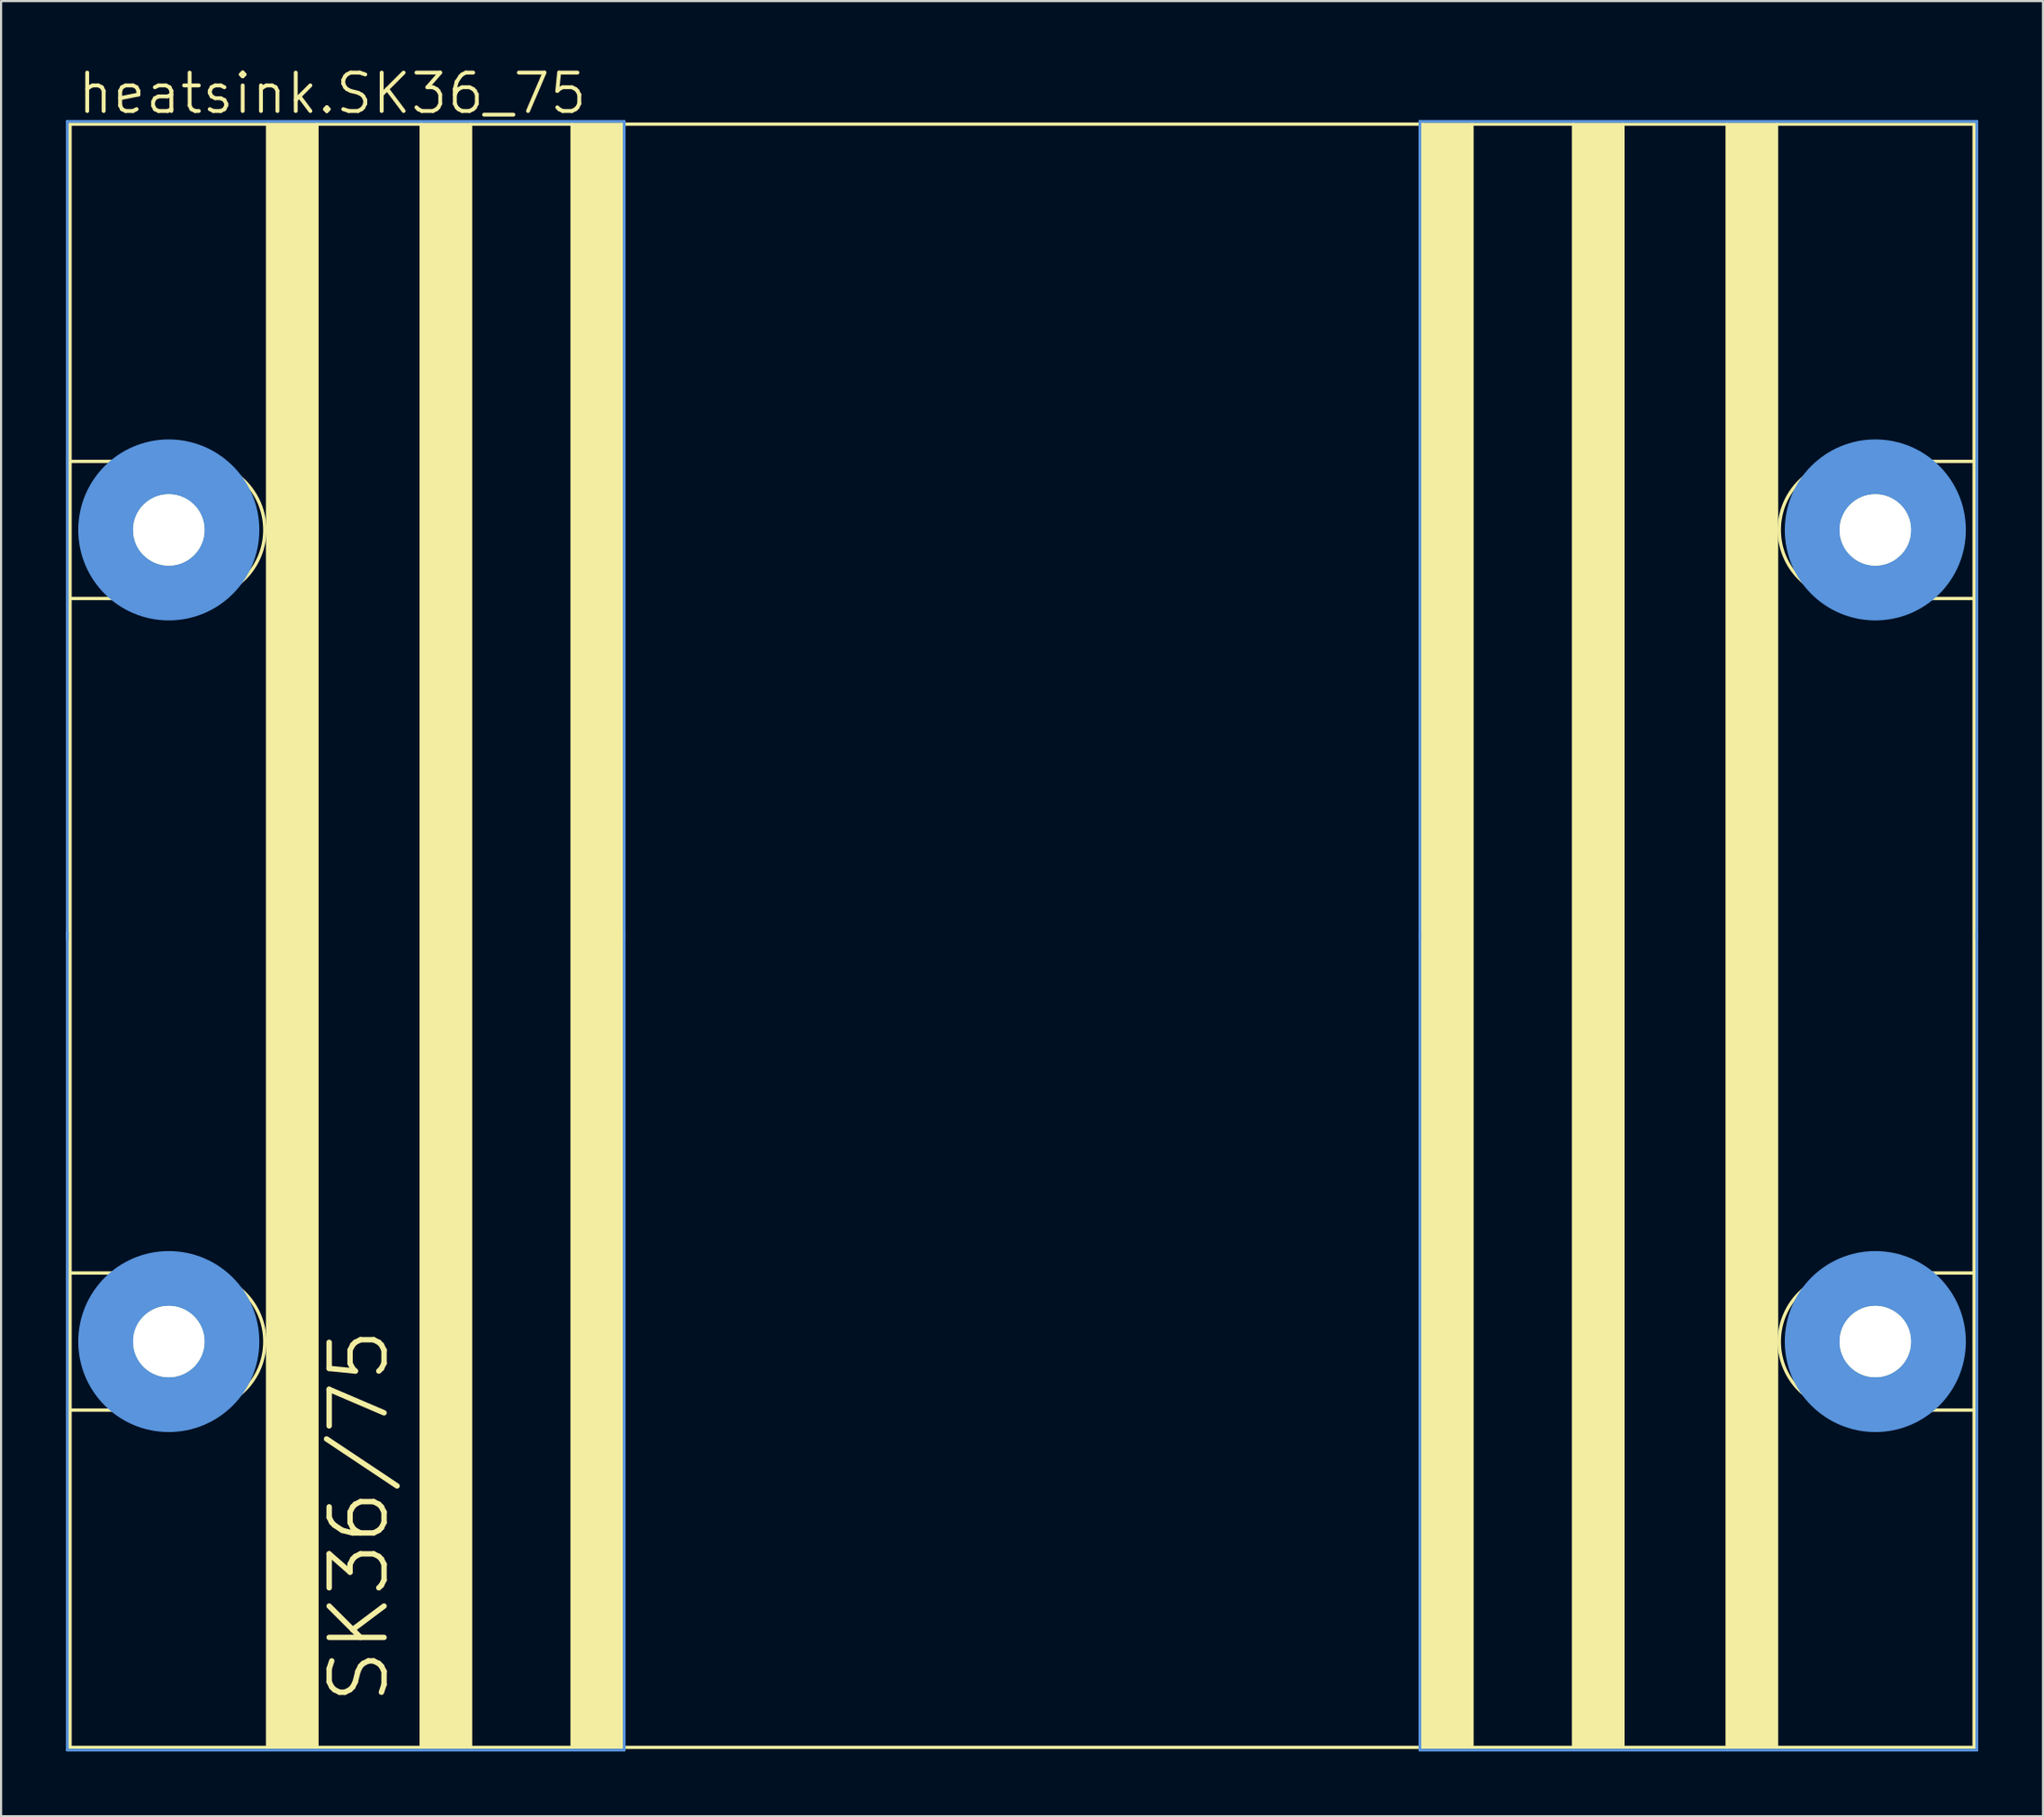
<source format=kicad_pcb>
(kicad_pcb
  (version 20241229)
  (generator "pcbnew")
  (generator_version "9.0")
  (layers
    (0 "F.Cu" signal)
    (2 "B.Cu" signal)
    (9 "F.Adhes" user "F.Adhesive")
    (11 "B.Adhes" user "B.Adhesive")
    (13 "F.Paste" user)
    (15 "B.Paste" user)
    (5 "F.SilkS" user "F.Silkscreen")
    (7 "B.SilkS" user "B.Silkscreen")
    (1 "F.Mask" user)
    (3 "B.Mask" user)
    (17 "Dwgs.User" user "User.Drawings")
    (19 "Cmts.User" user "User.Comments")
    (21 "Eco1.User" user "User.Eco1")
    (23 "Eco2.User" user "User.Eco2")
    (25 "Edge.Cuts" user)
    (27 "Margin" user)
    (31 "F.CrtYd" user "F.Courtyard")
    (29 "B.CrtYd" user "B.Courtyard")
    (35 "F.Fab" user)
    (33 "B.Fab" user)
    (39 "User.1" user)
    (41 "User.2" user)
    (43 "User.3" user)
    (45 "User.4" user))
  (footprint "heatsink.SK36_75"
    (layer "F.Cu")
    (at 44.26 40.291)
    (property "Reference" "heatsink.SK36_75" (at -43.815 -37.973 0) (layer "F.SilkS") (effects (font (size 1.778 1.778) (thickness 0.18)) (justify left bottom)))
    (fp_line (start -44.069 -37.592) (end -34.925 -37.592) (stroke (width 0.152) (type default)) (layer "F.SilkS"))
    (fp_line (start -44.069 -21.971) (end -44.069 -37.592) (stroke (width 0.152) (type default)) (layer "F.SilkS"))
    (fp_line (start -44.069 -21.971) (end -38.227 -21.971) (stroke (width 0.152) (type default)) (layer "F.SilkS"))
    (fp_line (start -44.069 -15.621) (end -44.069 -21.971) (stroke (width 0.152) (type default)) (layer "F.SilkS"))
    (fp_line (start -44.069 15.621) (end -44.069 -15.621) (stroke (width 0.152) (type default)) (layer "F.SilkS"))
    (fp_line (start -44.069 15.621) (end -38.227 15.621) (stroke (width 0.152) (type default)) (layer "F.SilkS"))
    (fp_line (start -44.069 21.971) (end -44.069 15.621) (stroke (width 0.152) (type default)) (layer "F.SilkS"))
    (fp_line (start -44.069 37.592) (end -44.069 21.971) (stroke (width 0.152) (type default)) (layer "F.SilkS"))
    (fp_line (start -42.291 -18.796) (end -36.576 -18.796) (stroke (width 0.152) (type default)) (layer "F.SilkS"))
    (fp_line (start -42.291 18.796) (end -36.576 18.796) (stroke (width 0.152) (type default)) (layer "F.SilkS"))
    (fp_line (start -39.497 -21.717) (end -39.497 -15.875) (stroke (width 0.152) (type default)) (layer "F.SilkS"))
    (fp_line (start -39.497 15.875) (end -39.497 21.717) (stroke (width 0.152) (type default)) (layer "F.SilkS"))
    (fp_line (start -38.227 -15.621) (end -44.069 -15.621) (stroke (width 0.152) (type default)) (layer "F.SilkS"))
    (fp_line (start -38.227 21.971) (end -44.069 21.971) (stroke (width 0.152) (type default)) (layer "F.SilkS"))
    (fp_line (start -34.925 -37.592) (end -32.639 -37.592) (stroke (width 0.152) (type default)) (layer "F.SilkS"))
    (fp_line (start -34.925 37.592) (end -44.069 37.592) (stroke (width 0.152) (type default)) (layer "F.SilkS"))
    (fp_line (start -34.925 37.592) (end -34.925 -37.592) (stroke (width 0.152) (type default)) (layer "F.SilkS"))
    (fp_line (start -32.639 -37.592) (end -27.813 -37.592) (stroke (width 0.152) (type default)) (layer "F.SilkS"))
    (fp_line (start -32.639 37.592) (end -34.925 37.592) (stroke (width 0.152) (type default)) (layer "F.SilkS"))
    (fp_line (start -32.639 37.592) (end -32.639 -37.592) (stroke (width 0.152) (type default)) (layer "F.SilkS"))
    (fp_line (start -27.813 -37.592) (end -25.527 -37.592) (stroke (width 0.152) (type default)) (layer "F.SilkS"))
    (fp_line (start -27.813 37.592) (end -32.639 37.592) (stroke (width 0.152) (type default)) (layer "F.SilkS"))
    (fp_line (start -27.813 37.592) (end -27.813 -37.592) (stroke (width 0.152) (type default)) (layer "F.SilkS"))
    (fp_line (start -25.527 -37.592) (end -20.828 -37.592) (stroke (width 0.152) (type default)) (layer "F.SilkS"))
    (fp_line (start -25.527 37.592) (end -27.813 37.592) (stroke (width 0.152) (type default)) (layer "F.SilkS"))
    (fp_line (start -25.527 37.592) (end -25.527 -37.592) (stroke (width 0.152) (type default)) (layer "F.SilkS"))
    (fp_line (start -20.828 -37.592) (end -18.542 -37.592) (stroke (width 0.152) (type default)) (layer "F.SilkS"))
    (fp_line (start -20.828 37.592) (end -25.527 37.592) (stroke (width 0.152) (type default)) (layer "F.SilkS"))
    (fp_line (start -20.828 37.592) (end -20.828 -37.592) (stroke (width 0.152) (type default)) (layer "F.SilkS"))
    (fp_line (start -18.542 -37.592) (end 18.542 -37.592) (stroke (width 0.152) (type default)) (layer "F.SilkS"))
    (fp_line (start -18.542 37.592) (end -20.828 37.592) (stroke (width 0.152) (type default)) (layer "F.SilkS"))
    (fp_line (start -18.542 37.592) (end -18.542 -37.592) (stroke (width 0.152) (type default)) (layer "F.SilkS"))
    (fp_line (start 18.542 -37.592) (end 18.542 37.592) (stroke (width 0.152) (type default)) (layer "F.SilkS"))
    (fp_line (start 18.542 -37.592) (end 20.828 -37.592) (stroke (width 0.152) (type default)) (layer "F.SilkS"))
    (fp_line (start 18.542 37.592) (end -18.542 37.592) (stroke (width 0.152) (type default)) (layer "F.SilkS"))
    (fp_line (start 20.828 -37.592) (end 20.828 37.592) (stroke (width 0.152) (type default)) (layer "F.SilkS"))
    (fp_line (start 20.828 -37.592) (end 25.527 -37.592) (stroke (width 0.152) (type default)) (layer "F.SilkS"))
    (fp_line (start 20.828 37.592) (end 18.542 37.592) (stroke (width 0.152) (type default)) (layer "F.SilkS"))
    (fp_line (start 25.527 -37.592) (end 25.527 37.592) (stroke (width 0.152) (type default)) (layer "F.SilkS"))
    (fp_line (start 25.527 -37.592) (end 27.813 -37.592) (stroke (width 0.152) (type default)) (layer "F.SilkS"))
    (fp_line (start 25.527 37.592) (end 20.828 37.592) (stroke (width 0.152) (type default)) (layer "F.SilkS"))
    (fp_line (start 27.813 -37.592) (end 27.813 37.592) (stroke (width 0.152) (type default)) (layer "F.SilkS"))
    (fp_line (start 27.813 -37.592) (end 32.639 -37.592) (stroke (width 0.152) (type default)) (layer "F.SilkS"))
    (fp_line (start 27.813 37.592) (end 25.527 37.592) (stroke (width 0.152) (type default)) (layer "F.SilkS"))
    (fp_line (start 32.639 -37.592) (end 32.639 37.592) (stroke (width 0.152) (type default)) (layer "F.SilkS"))
    (fp_line (start 32.639 -37.592) (end 34.925 -37.592) (stroke (width 0.152) (type default)) (layer "F.SilkS"))
    (fp_line (start 32.639 37.592) (end 27.813 37.592) (stroke (width 0.152) (type default)) (layer "F.SilkS"))
    (fp_line (start 34.925 -37.592) (end 34.925 37.592) (stroke (width 0.152) (type default)) (layer "F.SilkS"))
    (fp_line (start 34.925 -37.592) (end 44.069 -37.592) (stroke (width 0.152) (type default)) (layer "F.SilkS"))
    (fp_line (start 34.925 37.592) (end 32.639 37.592) (stroke (width 0.152) (type default)) (layer "F.SilkS"))
    (fp_line (start 38.227 -21.971) (end 44.069 -21.971) (stroke (width 0.152) (type default)) (layer "F.SilkS"))
    (fp_line (start 38.227 15.621) (end 44.069 15.621) (stroke (width 0.152) (type default)) (layer "F.SilkS"))
    (fp_line (start 39.497 -15.875) (end 39.497 -21.717) (stroke (width 0.152) (type default)) (layer "F.SilkS"))
    (fp_line (start 39.497 21.717) (end 39.497 15.875) (stroke (width 0.152) (type default)) (layer "F.SilkS"))
    (fp_line (start 42.291 -18.796) (end 36.576 -18.796) (stroke (width 0.152) (type default)) (layer "F.SilkS"))
    (fp_line (start 42.291 18.796) (end 36.576 18.796) (stroke (width 0.152) (type default)) (layer "F.SilkS"))
    (fp_line (start 44.069 -37.592) (end 44.069 -21.971) (stroke (width 0.152) (type default)) (layer "F.SilkS"))
    (fp_line (start 44.069 -21.971) (end 44.069 -15.621) (stroke (width 0.152) (type default)) (layer "F.SilkS"))
    (fp_line (start 44.069 -15.621) (end 38.227 -15.621) (stroke (width 0.152) (type default)) (layer "F.SilkS"))
    (fp_line (start 44.069 -15.621) (end 44.069 15.621) (stroke (width 0.152) (type default)) (layer "F.SilkS"))
    (fp_line (start 44.069 15.621) (end 44.069 21.971) (stroke (width 0.152) (type default)) (layer "F.SilkS"))
    (fp_line (start 44.069 21.971) (end 38.227 21.971) (stroke (width 0.152) (type default)) (layer "F.SilkS"))
    (fp_line (start 44.069 21.971) (end 44.069 37.592) (stroke (width 0.152) (type default)) (layer "F.SilkS"))
    (fp_line (start 44.069 37.592) (end 34.925 37.592) (stroke (width 0.152) (type default)) (layer "F.SilkS"))
    (fp_rect (start -34.925 37.592) (end -32.639 -37.592) (stroke (width 0.05) (type default)) (fill yes) (layer "F.SilkS"))
    (fp_rect (start -27.813 37.592) (end -25.527 -37.592) (stroke (width 0.05) (type default)) (fill yes) (layer "F.SilkS"))
    (fp_rect (start -20.828 37.592) (end -18.542 -37.592) (stroke (width 0.05) (type default)) (fill yes) (layer "F.SilkS"))
    (fp_rect (start 18.542 37.592) (end 20.828 -37.592) (stroke (width 0.05) (type default)) (fill yes) (layer "F.SilkS"))
    (fp_rect (start 25.527 37.592) (end 27.813 -37.592) (stroke (width 0.05) (type default)) (fill yes) (layer "F.SilkS"))
    (fp_rect (start 32.639 37.592) (end 34.925 -37.592) (stroke (width 0.05) (type default)) (fill yes) (layer "F.SilkS"))
    (fp_arc (start -38.227 -21.971) (mid -35.052 -18.796) (end -38.227 -15.621) (stroke (width 0.1524) (type default)) (layer "F.SilkS"))
    (fp_arc (start -38.227 15.621) (mid -35.052 18.796) (end -38.227 21.971) (stroke (width 0.1524) (type default)) (layer "F.SilkS"))
    (fp_arc (start 38.227 -15.621) (mid 35.052 -18.796) (end 38.227 -21.971) (stroke (width 0.1524) (type default)) (layer "F.SilkS"))
    (fp_arc (start 38.227 21.971) (mid 35.052 18.796) (end 38.227 15.621) (stroke (width 0.1524) (type default)) (layer "F.SilkS"))
    (fp_circle (center -39.497 -18.796) (end -37.846 -18.796) (stroke (width 0.152) (type default)) (fill no) (layer "F.SilkS"))
    (fp_circle (center -39.497 18.796) (end -37.846 18.796) (stroke (width 0.152) (type default)) (fill no) (layer "F.SilkS"))
    (fp_circle (center 39.497 -18.796) (end 41.148 -18.796) (stroke (width 0.152) (type default)) (fill no) (layer "F.SilkS"))
    (fp_circle (center 39.497 18.796) (end 41.148 18.796) (stroke (width 0.152) (type default)) (fill no) (layer "F.SilkS"))
    (fp_line (start -44.196 -37.719) (end -18.415 -37.719) (stroke (width 0.127) (type default)) (layer "Cmts.User"))
    (fp_line (start -44.196 -0.127) (end -44.196 -37.719) (stroke (width 0.127) (type default)) (layer "Cmts.User"))
    (fp_line (start -44.196 0.127) (end -44.196 -0.127) (stroke (width 0.127) (type default)) (layer "Cmts.User"))
    (fp_line (start -44.196 37.719) (end -44.196 -0.127) (stroke (width 0.127) (type default)) (layer "Cmts.User"))
    (fp_line (start -18.415 -37.719) (end -18.415 -0.127) (stroke (width 0.127) (type default)) (layer "Cmts.User"))
    (fp_line (start -18.415 -0.127) (end -18.415 0.127) (stroke (width 0.127) (type default)) (layer "Cmts.User"))
    (fp_line (start -18.415 -0.127) (end -18.415 37.719) (stroke (width 0.127) (type default)) (layer "Cmts.User"))
    (fp_line (start -18.415 37.719) (end -44.196 37.719) (stroke (width 0.127) (type default)) (layer "Cmts.User"))
    (fp_line (start 18.415 -37.719) (end 44.196 -37.719) (stroke (width 0.127) (type default)) (layer "Cmts.User"))
    (fp_line (start 18.415 -0.127) (end 18.415 -37.719) (stroke (width 0.127) (type default)) (layer "Cmts.User"))
    (fp_line (start 18.415 0.127) (end 18.415 -0.127) (stroke (width 0.127) (type default)) (layer "Cmts.User"))
    (fp_line (start 18.415 37.719) (end 18.415 -0.127) (stroke (width 0.127) (type default)) (layer "Cmts.User"))
    (fp_line (start 44.196 -37.719) (end 44.196 -0.127) (stroke (width 0.127) (type default)) (layer "Cmts.User"))
    (fp_line (start 44.196 -0.127) (end 44.196 0.127) (stroke (width 0.127) (type default)) (layer "Cmts.User"))
    (fp_line (start 44.196 -0.127) (end 44.196 37.719) (stroke (width 0.127) (type default)) (layer "Cmts.User"))
    (fp_line (start 44.196 37.719) (end 18.415 37.719) (stroke (width 0.127) (type default)) (layer "Cmts.User"))
    (fp_circle (center -39.497 -18.796) (end -36.576 -18.796) (stroke (width 2.54) (type default)) (fill no) (layer "Cmts.User"))
    (fp_circle (center -39.497 18.796) (end -36.576 18.796) (stroke (width 2.54) (type default)) (fill no) (layer "Cmts.User"))
    (fp_circle (center 39.497 -18.796) (end 42.418 -18.796) (stroke (width 2.54) (type default)) (fill no) (layer "Cmts.User"))
    (fp_circle (center 39.497 18.796) (end 42.418 18.796) (stroke (width 2.54) (type default)) (fill no) (layer "Cmts.User"))
    (fp_text user "SK36/75" (at -29.21 35.687 90) (layer "F.SilkS") (effects (font (size 2.54 2.54) (thickness 0.25)) (justify left bottom)))
    (pad "" np_thru_hole circle (at -39.497 -18.796) (size 3.302 3.302) (drill 3.302) (layers "*.Cu" "*.Mask"))
    (pad "" np_thru_hole circle (at -39.497 18.796) (size 3.302 3.302) (drill 3.302) (layers "*.Cu" "*.Mask"))
    (pad "" np_thru_hole circle (at 39.497 -18.796) (size 3.302 3.302) (drill 3.302) (layers "*.Cu" "*.Mask"))
    (pad "" np_thru_hole circle (at 39.497 18.796) (size 3.302 3.302) (drill 3.302) (layers "*.Cu" "*.Mask")))
  (gr_rect
    (start -3 -3)
    (end 91.519 81.073)
    (stroke (width 0.1) (type default))
    (fill no)
    (layer "Edge.Cuts")))
</source>
